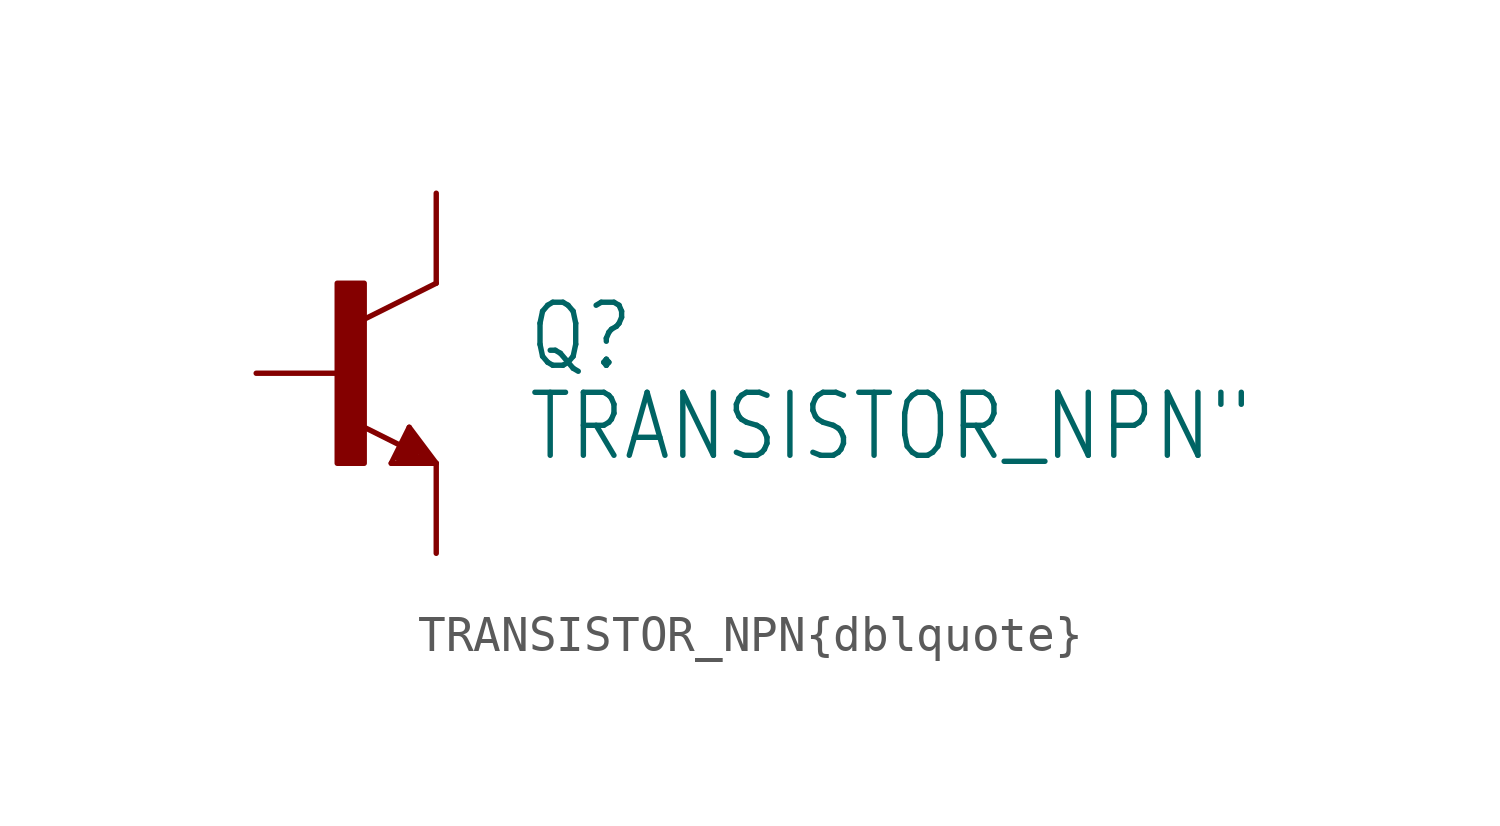
<source format=kicad_sym>
(kicad_symbol_lib
  (version 20211014)
  (generator kicad_symbol_editor)
  (symbol "TRANSISTOR_NPN{dblquote}"
    (property "Reference" "Q"
      (at 5.08 0 0)
      (effects (font (size 1.778 1.511)) (justify left bottom)))
    (property "Value" "TRANSISTOR_NPN{dblquote}"
      (at 5.08 -2.54 0)
      (effects (font (size 1.778 1.511)) (justify left bottom)))
    (property "ki_locked" ""
      (at 0 0 0)
      (effects (font (size 1.27 1.27))))
    (symbol "TRANSISTOR_NPN{dblquote}_1_0"
      (rectangle (start -0.254 -2.54) (end 0.508 2.54) (stroke (width 0) (type default) (color 0 0 0 0)) (fill (type outline)))
      (polyline (pts (xy 1.27 -2.54) (xy 1.778 -1.524)) (stroke (width 0.152) (type default) (color 0 0 0 0)) (fill (type none)))
      (polyline (pts (xy 1.524 -2.413) (xy 2.286 -2.413)) (stroke (width 0.254) (type default) (color 0 0 0 0)) (fill (type none)))
      (polyline (pts (xy 1.524 -2.286) (xy 1.905 -2.286)) (stroke (width 0.254) (type default) (color 0 0 0 0)) (fill (type none)))
      (polyline (pts (xy 1.54 -2.04) (xy 0.308 -1.424)) (stroke (width 0.152) (type default) (color 0 0 0 0)) (fill (type none)))
      (polyline (pts (xy 1.778 -1.778) (xy 1.524 -2.286)) (stroke (width 0.254) (type default) (color 0 0 0 0)) (fill (type none)))
      (polyline (pts (xy 1.778 -1.524) (xy 2.54 -2.54)) (stroke (width 0.152) (type default) (color 0 0 0 0)) (fill (type none)))
      (polyline (pts (xy 1.905 -2.286) (xy 1.778 -2.032)) (stroke (width 0.254) (type default) (color 0 0 0 0)) (fill (type none)))
      (polyline (pts (xy 2.286 -2.413) (xy 1.778 -1.778)) (stroke (width 0.254) (type default) (color 0 0 0 0)) (fill (type none)))
      (polyline (pts (xy 2.54 -2.54) (xy 1.27 -2.54)) (stroke (width 0.152) (type default) (color 0 0 0 0)) (fill (type none)))
      (polyline (pts (xy 2.54 2.54) (xy 0.508 1.524)) (stroke (width 0.152) (type default) (color 0 0 0 0)) (fill (type none)))
      (pin passive line (at -2.54 0 0) (length 2.54) (name "B" (effects (font (size 0 0)))) (number "1" (effects (font (size 0 0)))))
      (pin passive line (at 2.54 5.08 270) (length 2.54) (name "C" (effects (font (size 0 0)))) (number "2" (effects (font (size 0 0)))))
      (pin passive line (at 2.54 -5.08 90) (length 2.54) (name "E" (effects (font (size 0 0)))) (number "3" (effects (font (size 0 0))))))))
</source>
